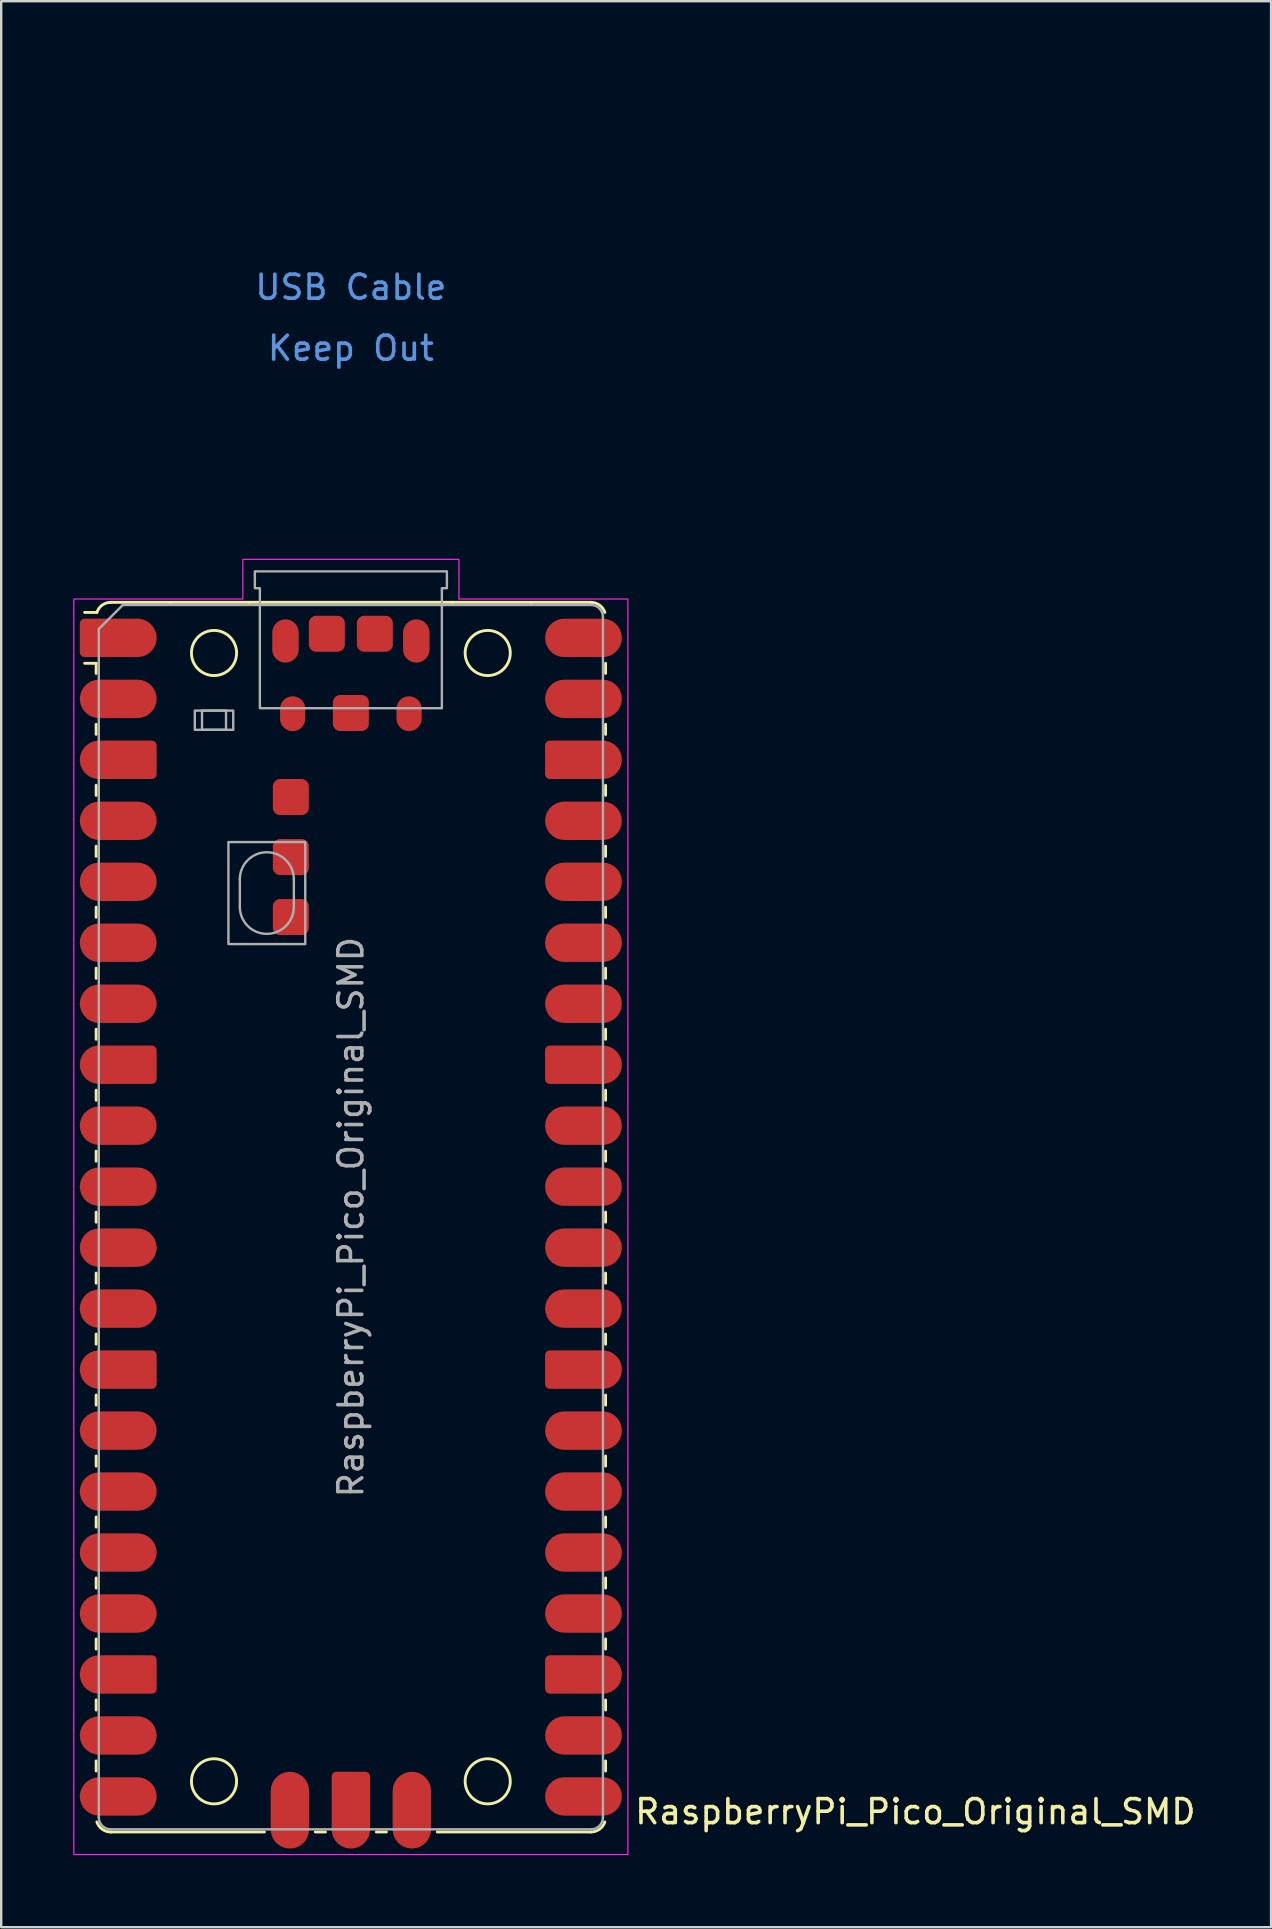
<source format=kicad_pcb>
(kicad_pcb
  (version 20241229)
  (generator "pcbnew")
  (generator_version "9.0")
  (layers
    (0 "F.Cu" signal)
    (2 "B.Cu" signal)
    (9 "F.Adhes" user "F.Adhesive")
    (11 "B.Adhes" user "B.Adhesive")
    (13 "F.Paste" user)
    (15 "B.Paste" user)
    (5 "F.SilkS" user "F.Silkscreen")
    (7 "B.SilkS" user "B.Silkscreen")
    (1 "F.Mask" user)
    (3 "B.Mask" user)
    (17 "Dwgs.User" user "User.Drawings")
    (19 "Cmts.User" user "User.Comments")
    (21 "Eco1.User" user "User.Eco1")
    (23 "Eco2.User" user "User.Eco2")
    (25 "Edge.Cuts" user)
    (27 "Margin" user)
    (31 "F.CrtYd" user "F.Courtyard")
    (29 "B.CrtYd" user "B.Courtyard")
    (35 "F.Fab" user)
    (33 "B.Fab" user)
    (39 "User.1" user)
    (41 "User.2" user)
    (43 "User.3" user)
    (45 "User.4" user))
  (footprint "RaspberryPi_Pico_Original_SMD"
    (layer "F.Cu")
    (at 11.565 47.65)
    (property "Reference" "RaspberryPi_Pico_Original_SMD" (at 11.748 24.765 0) (unlocked yes) (layer "F.SilkS") (effects (font (size 1 1) (thickness 0.15)) (justify left)))
    (attr smd)
    (fp_line (start -10.61 -23.07) (end -11.09 -23.07) (stroke (width 0.12) (type solid)) (layer "F.SilkS"))
    (fp_line (start -10.61 -23.07) (end -10.61 -22.65) (stroke (width 0.12) (type solid)) (layer "F.SilkS"))
    (fp_line (start -10.61 -20.53) (end -10.61 -20.11) (stroke (width 0.12) (type solid)) (layer "F.SilkS"))
    (fp_line (start -10.61 -17.99) (end -10.61 -17.57) (stroke (width 0.12) (type solid)) (layer "F.SilkS"))
    (fp_line (start -10.61 -15.45) (end -10.61 -15.03) (stroke (width 0.12) (type solid)) (layer "F.SilkS"))
    (fp_line (start -10.61 -12.91) (end -10.61 -12.49) (stroke (width 0.12) (type solid)) (layer "F.SilkS"))
    (fp_line (start -10.61 -10.37) (end -10.61 -9.95) (stroke (width 0.12) (type solid)) (layer "F.SilkS"))
    (fp_line (start -10.61 -7.83) (end -10.61 -7.41) (stroke (width 0.12) (type solid)) (layer "F.SilkS"))
    (fp_line (start -10.61 -5.29) (end -10.61 -4.87) (stroke (width 0.12) (type solid)) (layer "F.SilkS"))
    (fp_line (start -10.61 -2.75) (end -10.61 -2.33) (stroke (width 0.12) (type solid)) (layer "F.SilkS"))
    (fp_line (start -10.61 -0.21) (end -10.61 0.21) (stroke (width 0.12) (type solid)) (layer "F.SilkS"))
    (fp_line (start -10.61 2.33) (end -10.61 2.75) (stroke (width 0.12) (type solid)) (layer "F.SilkS"))
    (fp_line (start -10.61 4.87) (end -10.61 5.29) (stroke (width 0.12) (type solid)) (layer "F.SilkS"))
    (fp_line (start -10.61 7.41) (end -10.61 7.83) (stroke (width 0.12) (type solid)) (layer "F.SilkS"))
    (fp_line (start -10.61 9.95) (end -10.61 10.37) (stroke (width 0.12) (type solid)) (layer "F.SilkS"))
    (fp_line (start -10.61 12.49) (end -10.61 12.91) (stroke (width 0.12) (type solid)) (layer "F.SilkS"))
    (fp_line (start -10.61 15.03) (end -10.61 15.45) (stroke (width 0.12) (type solid)) (layer "F.SilkS"))
    (fp_line (start -10.61 17.57) (end -10.61 17.99) (stroke (width 0.12) (type solid)) (layer "F.SilkS"))
    (fp_line (start -10.61 20.11) (end -10.61 20.53) (stroke (width 0.12) (type solid)) (layer "F.SilkS"))
    (fp_line (start -10.61 22.65) (end -10.61 23.07) (stroke (width 0.12) (type solid)) (layer "F.SilkS"))
    (fp_line (start -10.58 -25.19) (end -11.09 -25.19) (stroke (width 0.12) (type solid)) (layer "F.SilkS"))
    (fp_line (start -10 -25.61) (end -7.51 -25.61) (stroke (width 0.12) (type solid)) (layer "F.SilkS"))
    (fp_line (start -10 25.61) (end -3.6 25.61) (stroke (width 0.12) (type solid)) (layer "F.SilkS"))
    (fp_line (start -7.51 -25.61) (end -4.235 -25.61) (stroke (width 0.12) (type solid)) (layer "F.SilkS"))
    (fp_line (start -4.235 -25.61) (end 4.235 -25.61) (stroke (width 0.12) (type solid)) (layer "F.SilkS"))
    (fp_line (start -1.48 25.61) (end -1.06 25.61) (stroke (width 0.12) (type solid)) (layer "F.SilkS"))
    (fp_line (start 1.06 25.61) (end 1.48 25.61) (stroke (width 0.12) (type solid)) (layer "F.SilkS"))
    (fp_line (start 3.6 25.61) (end 10 25.61) (stroke (width 0.12) (type solid)) (layer "F.SilkS"))
    (fp_line (start 4.235 -25.61) (end 7.51 -25.61) (stroke (width 0.12) (type solid)) (layer "F.SilkS"))
    (fp_line (start 10 -25.61) (end 7.51 -25.61) (stroke (width 0.12) (type solid)) (layer "F.SilkS"))
    (fp_line (start 10.61 -23.07) (end 10.61 -22.65) (stroke (width 0.12) (type solid)) (layer "F.SilkS"))
    (fp_line (start 10.61 -20.53) (end 10.61 -20.11) (stroke (width 0.12) (type solid)) (layer "F.SilkS"))
    (fp_line (start 10.61 -17.99) (end 10.61 -17.57) (stroke (width 0.12) (type solid)) (layer "F.SilkS"))
    (fp_line (start 10.61 -15.45) (end 10.61 -15.03) (stroke (width 0.12) (type solid)) (layer "F.SilkS"))
    (fp_line (start 10.61 -12.91) (end 10.61 -12.49) (stroke (width 0.12) (type solid)) (layer "F.SilkS"))
    (fp_line (start 10.61 -10.37) (end 10.61 -9.95) (stroke (width 0.12) (type solid)) (layer "F.SilkS"))
    (fp_line (start 10.61 -7.83) (end 10.61 -7.41) (stroke (width 0.12) (type solid)) (layer "F.SilkS"))
    (fp_line (start 10.61 -5.29) (end 10.61 -4.87) (stroke (width 0.12) (type solid)) (layer "F.SilkS"))
    (fp_line (start 10.61 -2.75) (end 10.61 -2.33) (stroke (width 0.12) (type solid)) (layer "F.SilkS"))
    (fp_line (start 10.61 -0.21) (end 10.61 0.21) (stroke (width 0.12) (type solid)) (layer "F.SilkS"))
    (fp_line (start 10.61 2.33) (end 10.61 2.75) (stroke (width 0.12) (type solid)) (layer "F.SilkS"))
    (fp_line (start 10.61 4.87) (end 10.61 5.29) (stroke (width 0.12) (type solid)) (layer "F.SilkS"))
    (fp_line (start 10.61 7.41) (end 10.61 7.83) (stroke (width 0.12) (type solid)) (layer "F.SilkS"))
    (fp_line (start 10.61 9.95) (end 10.61 10.37) (stroke (width 0.12) (type solid)) (layer "F.SilkS"))
    (fp_line (start 10.61 12.49) (end 10.61 12.91) (stroke (width 0.12) (type solid)) (layer "F.SilkS"))
    (fp_line (start 10.61 15.03) (end 10.61 15.45) (stroke (width 0.12) (type solid)) (layer "F.SilkS"))
    (fp_line (start 10.61 17.57) (end 10.61 17.99) (stroke (width 0.12) (type solid)) (layer "F.SilkS"))
    (fp_line (start 10.61 20.11) (end 10.61 20.53) (stroke (width 0.12) (type solid)) (layer "F.SilkS"))
    (fp_line (start 10.61 22.65) (end 10.61 23.07) (stroke (width 0.12) (type solid)) (layer "F.SilkS"))
    (fp_arc (start -10.579676 -25.19) (mid -10.357938 -25.493944) (end -10 -25.61) (stroke (width 0.12) (type solid)) (layer "F.SilkS"))
    (fp_arc (start -10 25.61) (mid -10.357937 25.493943) (end -10.579676 25.189937) (stroke (width 0.12) (type solid)) (layer "F.SilkS"))
    (fp_arc (start 10 -25.61) (mid 10.357937 -25.493944) (end 10.579676 -25.189937) (stroke (width 0.12) (type solid)) (layer "F.SilkS"))
    (fp_arc (start 10.579676 25.189937) (mid 10.357958 25.493991) (end 10 25.61) (stroke (width 0.12) (type solid)) (layer "F.SilkS"))
    (fp_circle (center -5.7 -23.5) (end -4.76 -23.5) (stroke (width 0.12) (type solid)) (fill no) (layer "F.SilkS"))
    (fp_circle (center -5.7 23.5) (end -4.76 23.5) (stroke (width 0.12) (type solid)) (fill no) (layer "F.SilkS"))
    (fp_circle (center 5.7 -23.5) (end 6.64 -23.5) (stroke (width 0.12) (type solid)) (fill no) (layer "F.SilkS"))
    (fp_circle (center 5.7 23.5) (end 6.64 23.5) (stroke (width 0.12) (type solid)) (fill no) (layer "F.SilkS"))
    (fp_poly (pts (xy -4.5 -27.4) (xy 4.5 -27.4) (xy 4.5 -25.75) (xy 11.54 -25.75) (xy 11.54 26.55) (xy -11.54 26.55) (xy -11.54 -25.75) (xy -4.5 -25.75)) (stroke (width 0.05) (type solid)) (fill no) (layer "F.CrtYd"))
    (fp_line (start -10.5 -24.5) (end -9.5 -25.5) (stroke (width 0.1) (type solid)) (layer "F.Fab"))
    (fp_line (start -10.5 25) (end -10.5 -24.5) (stroke (width 0.1) (type solid)) (layer "F.Fab"))
    (fp_line (start -9.5 -25.5) (end 10 -25.5) (stroke (width 0.1) (type solid)) (layer "F.Fab"))
    (fp_line (start -4.625 -14.075) (end -4.625 -12.925) (stroke (width 0.1) (type solid)) (layer "F.Fab"))
    (fp_line (start -2.375 -14.075) (end -2.375 -12.925) (stroke (width 0.1) (type solid)) (layer "F.Fab"))
    (fp_line (start 10 25.5) (end -10 25.5) (stroke (width 0.1) (type solid)) (layer "F.Fab"))
    (fp_line (start 10.5 -25) (end 10.5 25) (stroke (width 0.1) (type solid)) (layer "F.Fab"))
    (fp_rect (start -6.5 -21.1) (end -4.9 -20.3) (stroke (width 0.1) (type solid)) (fill no) (layer "F.Fab"))
    (fp_rect (start -6.2 -21.1) (end -5.2 -20.3) (stroke (width 0.1) (type solid)) (fill no) (layer "F.Fab"))
    (fp_rect (start -5.1 -15.625) (end -1.9 -11.375) (stroke (width 0.1) (type solid)) (fill no) (layer "F.Fab"))
    (fp_arc (start -10 25.5) (mid -10.353553 25.353553) (end -10.5 25) (stroke (width 0.1) (type solid)) (layer "F.Fab"))
    (fp_arc (start -4.625 -14.075) (mid -3.5 -15.2) (end -2.375 -14.075) (stroke (width 0.1) (type solid)) (layer "F.Fab"))
    (fp_arc (start -2.375 -12.925) (mid -3.5 -11.8) (end -4.625 -12.925) (stroke (width 0.1) (type solid)) (layer "F.Fab"))
    (fp_arc (start 10 -25.5) (mid 10.353553 -25.353553) (end 10.5 -25) (stroke (width 0.1) (type solid)) (layer "F.Fab"))
    (fp_arc (start 10.5 25) (mid 10.353553 25.353553) (end 10 25.5) (stroke (width 0.1) (type solid)) (layer "F.Fab"))
    (fp_poly (pts (xy 3.79 -21.2) (xy 3.79 -26.2) (xy 4 -26.2) (xy 4 -26.9) (xy -4 -26.9) (xy -4 -26.2) (xy -3.79 -26.2) (xy -3.79 -21.2)) (stroke (width 0.1) (type solid)) (fill no) (layer "F.Fab"))
    (fp_text user "Keep Out" (at 0 -36.195 0) (unlocked yes) (layer "Cmts.User") (effects (font (size 1 1) (thickness 0.15))))
    (fp_text user "USB Cable" (at 0 -38.735 0) (unlocked yes) (layer "Cmts.User") (effects (font (size 1 1) (thickness 0.15))))
    (fp_text user "${REFERENCE}" (at 0 0 90) (layer "F.Fab") (effects (font (size 1 1) (thickness 0.15))))
    (pad "" smd oval (at -2.725 -24) (size 1.1 1.8) (layers "F.Cu" "F.Mask" "F.Paste"))
    (pad "" smd oval (at -2.425 -20.97) (size 1.05 1.45) (layers "F.Cu" "F.Mask" "F.Paste"))
    (pad "" smd oval (at 2.425 -20.97) (size 1.05 1.45) (layers "F.Cu" "F.Mask" "F.Paste"))
    (pad "" smd oval (at 2.725 -24) (size 1.1 1.8) (layers "F.Cu" "F.Mask" "F.Paste"))
    (pad "1" smd custom (at -8.89 -24.13) (size 1.6 1.6) (layers "F.Cu" "F.Mask" "F.Paste") (options (anchor circle)) (primitives (gr_poly (pts (xy -2.4 0.6) (xy -2.4 -0.6) (xy -2.2 -0.8) (xy 0 -0.8) (xy 0 0.8) (xy -2.2 0.8)) (width 0) (fill yes)) (gr_circle (center -2.2 0.6) (end -2 0.6) (width 0) (fill yes)) (gr_circle (center -2.2 -0.6) (end -2 -0.6) (width 0) (fill yes))))
    (pad "2" smd roundrect (at -8.89 -21.59) (size 3.2 1.6) (drill (offset -0.8 0)) (layers "F.Cu" "F.Mask" "F.Paste") (roundrect_rratio 0.5))
    (pad "3" smd custom (at -8.89 -19.05) (size 1.6 1.6) (layers "F.Cu" "F.Mask" "F.Paste") (options (anchor circle)) (primitives (gr_poly (pts (xy 0.8 -0.6) (xy 0.8 0.6) (xy 0.6 0.8) (xy -1.6 0.8) (xy -1.6 -0.8) (xy 0.6 -0.8)) (width 0) (fill yes)) (gr_circle (center 0.6 0.6) (end 0.8 0.6) (width 0) (fill yes)) (gr_circle (center 0.6 -0.6) (end 0.8 -0.6) (width 0) (fill yes)) (gr_circle (center -1.6 0) (end -0.8 0) (width 0) (fill yes))))
    (pad "4" smd roundrect (at -8.89 -16.51) (size 3.2 1.6) (drill (offset -0.8 0)) (layers "F.Cu" "F.Mask" "F.Paste") (roundrect_rratio 0.5))
    (pad "5" smd roundrect (at -8.89 -13.97) (size 3.2 1.6) (drill (offset -0.8 0)) (layers "F.Cu" "F.Mask" "F.Paste") (roundrect_rratio 0.5))
    (pad "6" smd roundrect (at -8.89 -11.43) (size 3.2 1.6) (drill (offset -0.8 0)) (layers "F.Cu" "F.Mask" "F.Paste") (roundrect_rratio 0.5))
    (pad "7" smd roundrect (at -8.89 -8.89) (size 3.2 1.6) (drill (offset -0.8 0)) (layers "F.Cu" "F.Mask" "F.Paste") (roundrect_rratio 0.5))
    (pad "8" smd custom (at -8.89 -6.35) (size 1.6 1.6) (layers "F.Cu" "F.Mask" "F.Paste") (options (anchor circle)) (primitives (gr_poly (pts (xy 0.8 -0.6) (xy 0.8 0.6) (xy 0.6 0.8) (xy -1.6 0.8) (xy -1.6 -0.8) (xy 0.6 -0.8)) (width 0) (fill yes)) (gr_circle (center 0.6 0.6) (end 0.8 0.6) (width 0) (fill yes)) (gr_circle (center 0.6 -0.6) (end 0.8 -0.6) (width 0) (fill yes)) (gr_circle (center -1.6 0) (end -0.8 0) (width 0) (fill yes))))
    (pad "9" smd roundrect (at -8.89 -3.81) (size 3.2 1.6) (drill (offset -0.8 0)) (layers "F.Cu" "F.Mask" "F.Paste") (roundrect_rratio 0.5))
    (pad "10" smd roundrect (at -8.89 -1.27) (size 3.2 1.6) (drill (offset -0.8 0)) (layers "F.Cu" "F.Mask" "F.Paste") (roundrect_rratio 0.5))
    (pad "11" smd roundrect (at -8.89 1.27) (size 3.2 1.6) (drill (offset -0.8 0)) (layers "F.Cu" "F.Mask" "F.Paste") (roundrect_rratio 0.5))
    (pad "12" smd roundrect (at -8.89 3.81) (size 3.2 1.6) (drill (offset -0.8 0)) (layers "F.Cu" "F.Mask" "F.Paste") (roundrect_rratio 0.5))
    (pad "13" smd custom (at -8.89 6.35) (size 1.6 1.6) (layers "F.Cu" "F.Mask" "F.Paste") (options (anchor circle)) (primitives (gr_poly (pts (xy 0.8 -0.6) (xy 0.8 0.6) (xy 0.6 0.8) (xy -1.6 0.8) (xy -1.6 -0.8) (xy 0.6 -0.8)) (width 0) (fill yes)) (gr_circle (center 0.6 0.6) (end 0.8 0.6) (width 0) (fill yes)) (gr_circle (center 0.6 -0.6) (end 0.8 -0.6) (width 0) (fill yes)) (gr_circle (center -1.6 0) (end -0.8 0) (width 0) (fill yes))))
    (pad "14" smd roundrect (at -8.89 8.89) (size 3.2 1.6) (drill (offset -0.8 0)) (layers "F.Cu" "F.Mask" "F.Paste") (roundrect_rratio 0.5))
    (pad "15" smd roundrect (at -8.89 11.43) (size 3.2 1.6) (drill (offset -0.8 0)) (layers "F.Cu" "F.Mask" "F.Paste") (roundrect_rratio 0.5))
    (pad "16" smd roundrect (at -8.89 13.97) (size 3.2 1.6) (drill (offset -0.8 0)) (layers "F.Cu" "F.Mask" "F.Paste") (roundrect_rratio 0.5))
    (pad "17" smd roundrect (at -8.89 16.51) (size 3.2 1.6) (drill (offset -0.8 0)) (layers "F.Cu" "F.Mask" "F.Paste") (roundrect_rratio 0.5))
    (pad "18" smd custom (at -8.89 19.05) (size 1.6 1.6) (layers "F.Cu" "F.Mask" "F.Paste") (options (anchor circle)) (primitives (gr_poly (pts (xy 0.8 -0.6) (xy 0.8 0.6) (xy 0.6 0.8) (xy -1.6 0.8) (xy -1.6 -0.8) (xy 0.6 -0.8)) (width 0) (fill yes)) (gr_circle (center 0.6 0.6) (end 0.8 0.6) (width 0) (fill yes)) (gr_circle (center 0.6 -0.6) (end 0.8 -0.6) (width 0) (fill yes)) (gr_circle (center -1.6 0) (end -0.8 0) (width 0) (fill yes))))
    (pad "19" smd roundrect (at -8.89 21.59) (size 3.2 1.6) (drill (offset -0.8 0)) (layers "F.Cu" "F.Mask" "F.Paste") (roundrect_rratio 0.5))
    (pad "20" smd roundrect (at -8.89 24.13) (size 3.2 1.6) (drill (offset -0.8 0)) (layers "F.Cu" "F.Mask" "F.Paste") (roundrect_rratio 0.5))
    (pad "21" smd roundrect (at 8.89 24.13) (size 3.2 1.6) (drill (offset 0.8 0)) (layers "F.Cu" "F.Mask" "F.Paste") (roundrect_rratio 0.5))
    (pad "22" smd roundrect (at 8.89 21.59) (size 3.2 1.6) (drill (offset 0.8 0)) (layers "F.Cu" "F.Mask" "F.Paste") (roundrect_rratio 0.5))
    (pad "23" smd custom (at 8.89 19.05) (size 1.6 1.6) (layers "F.Cu" "F.Mask" "F.Paste") (options (anchor circle)) (primitives (gr_poly (pts (xy -0.8 -0.6) (xy -0.8 0.6) (xy -0.6 0.8) (xy 1.6 0.8) (xy 1.6 -0.8) (xy -0.6 -0.8)) (width 0) (fill yes)) (gr_circle (center -0.6 0.6) (end -0.4 0.6) (width 0) (fill yes)) (gr_circle (center -0.6 -0.6) (end -0.4 -0.6) (width 0) (fill yes)) (gr_circle (center 1.6 0) (end 2.4 0) (width 0) (fill yes))))
    (pad "24" smd roundrect (at 8.89 16.51) (size 3.2 1.6) (drill (offset 0.8 0)) (layers "F.Cu" "F.Mask" "F.Paste") (roundrect_rratio 0.5))
    (pad "25" smd roundrect (at 8.89 13.97) (size 3.2 1.6) (drill (offset 0.8 0)) (layers "F.Cu" "F.Mask" "F.Paste") (roundrect_rratio 0.5))
    (pad "26" smd roundrect (at 8.89 11.43) (size 3.2 1.6) (drill (offset 0.8 0)) (layers "F.Cu" "F.Mask" "F.Paste") (roundrect_rratio 0.5))
    (pad "27" smd roundrect (at 8.89 8.89) (size 3.2 1.6) (drill (offset 0.8 0)) (layers "F.Cu" "F.Mask" "F.Paste") (roundrect_rratio 0.5))
    (pad "28" smd custom (at 8.89 6.35) (size 1.6 1.6) (layers "F.Cu" "F.Mask" "F.Paste") (options (anchor circle)) (primitives (gr_poly (pts (xy -0.8 -0.6) (xy -0.8 0.6) (xy -0.6 0.8) (xy 1.6 0.8) (xy 1.6 -0.8) (xy -0.6 -0.8)) (width 0) (fill yes)) (gr_circle (center -0.6 0.6) (end -0.4 0.6) (width 0) (fill yes)) (gr_circle (center -0.6 -0.6) (end -0.4 -0.6) (width 0) (fill yes)) (gr_circle (center 1.6 0) (end 2.4 0) (width 0) (fill yes))))
    (pad "29" smd roundrect (at 8.89 3.81) (size 3.2 1.6) (drill (offset 0.8 0)) (layers "F.Cu" "F.Mask" "F.Paste") (roundrect_rratio 0.5))
    (pad "30" smd roundrect (at 8.89 1.27) (size 3.2 1.6) (drill (offset 0.8 0)) (layers "F.Cu" "F.Mask" "F.Paste") (roundrect_rratio 0.5))
    (pad "31" smd roundrect (at 8.89 -1.27) (size 3.2 1.6) (drill (offset 0.8 0)) (layers "F.Cu" "F.Mask" "F.Paste") (roundrect_rratio 0.5))
    (pad "32" smd roundrect (at 8.89 -3.81) (size 3.2 1.6) (drill (offset 0.8 0)) (layers "F.Cu" "F.Mask" "F.Paste") (roundrect_rratio 0.5))
    (pad "33" smd custom (at 8.89 -6.35) (size 1.6 1.6) (layers "F.Cu" "F.Mask" "F.Paste") (options (anchor circle)) (primitives (gr_poly (pts (xy -0.8 -0.6) (xy -0.8 0.6) (xy -0.6 0.8) (xy 1.6 0.8) (xy 1.6 -0.8) (xy -0.6 -0.8)) (width 0) (fill yes)) (gr_circle (center -0.6 0.6) (end -0.4 0.6) (width 0) (fill yes)) (gr_circle (center -0.6 -0.6) (end -0.4 -0.6) (width 0) (fill yes)) (gr_circle (center 1.6 0) (end 2.4 0) (width 0) (fill yes))))
    (pad "34" smd roundrect (at 8.89 -8.89) (size 3.2 1.6) (drill (offset 0.8 0)) (layers "F.Cu" "F.Mask" "F.Paste") (roundrect_rratio 0.5))
    (pad "35" smd roundrect (at 8.89 -11.43) (size 3.2 1.6) (drill (offset 0.8 0)) (layers "F.Cu" "F.Mask" "F.Paste") (roundrect_rratio 0.5))
    (pad "36" smd roundrect (at 8.89 -13.97) (size 3.2 1.6) (drill (offset 0.8 0)) (layers "F.Cu" "F.Mask" "F.Paste") (roundrect_rratio 0.5))
    (pad "37" smd roundrect (at 8.89 -16.51) (size 3.2 1.6) (drill (offset 0.8 0)) (layers "F.Cu" "F.Mask" "F.Paste") (roundrect_rratio 0.5))
    (pad "38" smd custom (at 8.89 -19.05) (size 1.6 1.6) (layers "F.Cu" "F.Mask" "F.Paste") (options (anchor circle)) (primitives (gr_poly (pts (xy -0.8 -0.6) (xy -0.8 0.6) (xy -0.6 0.8) (xy 1.6 0.8) (xy 1.6 -0.8) (xy -0.6 -0.8)) (width 0) (fill yes)) (gr_circle (center -0.6 0.6) (end -0.4 0.6) (width 0) (fill yes)) (gr_circle (center -0.6 -0.6) (end -0.4 -0.6) (width 0) (fill yes)) (gr_circle (center 1.6 0) (end 2.4 0) (width 0) (fill yes))))
    (pad "39" smd roundrect (at 8.89 -21.59) (size 3.2 1.6) (drill (offset 0.8 0)) (layers "F.Cu" "F.Mask" "F.Paste") (roundrect_rratio 0.5))
    (pad "40" smd roundrect (at 8.89 -24.13) (size 3.2 1.6) (drill (offset 0.8 0)) (layers "F.Cu" "F.Mask" "F.Paste") (roundrect_rratio 0.5))
    (pad "D1" smd roundrect (at -2.54 23.9 90) (size 3.2 1.6) (drill (offset -0.8 0)) (layers "F.Cu" "F.Mask" "F.Paste") (roundrect_rratio 0.5))
    (pad "D2" smd custom (at 0 23.9 270) (size 1.6 1.6) (layers "F.Cu" "F.Mask" "F.Paste") (options (anchor circle)) (primitives (gr_poly (pts (xy -0.8 -0.6) (xy -0.8 0.6) (xy -0.6 0.8) (xy 1.6 0.8) (xy 1.6 -0.8) (xy -0.6 -0.8)) (width 0) (fill yes)) (gr_circle (center -0.6 0.6) (end -0.4 0.6) (width 0) (fill yes)) (gr_circle (center -0.6 -0.6) (end -0.4 -0.6) (width 0) (fill yes)) (gr_circle (center 1.6 0) (end 2.4 0) (width 0) (fill yes))))
    (pad "D3" smd roundrect (at 2.54 23.9 90) (size 3.2 1.6) (drill (offset -0.8 0)) (layers "F.Cu" "F.Mask" "F.Paste") (roundrect_rratio 0.5))
    (pad "TP1" smd roundrect (at 0 -21) (size 1.5 1.5) (layers "F.Cu" "F.Mask" "F.Paste") (roundrect_rratio 0.2))
    (pad "TP2" smd roundrect (at 1 -24.3) (size 1.5 1.5) (layers "F.Cu" "F.Mask" "F.Paste") (roundrect_rratio 0.2))
    (pad "TP3" smd roundrect (at -1 -24.3) (size 1.5 1.5) (layers "F.Cu" "F.Mask" "F.Paste") (roundrect_rratio 0.2))
    (pad "TP4" smd roundrect (at -2.5 -17.5) (size 1.5 1.5) (layers "F.Cu" "F.Mask" "F.Paste") (roundrect_rratio 0.2))
    (pad "TP5" smd roundrect (at -2.5 -15) (size 1.5 1.5) (layers "F.Cu" "F.Mask" "F.Paste") (roundrect_rratio 0.2))
    (pad "TP6" smd roundrect (at -2.5 -12.5) (size 1.5 1.5) (layers "F.Cu" "F.Mask" "F.Paste") (roundrect_rratio 0.2))
    (zone (net_name "") (layer "Edge.Cuts") (name "Board Keep Out USB Cable") (hatch edge 0.5) (connect_pads) (min_thickness 0.254) (filled_areas_thickness no) (keepout (tracks allowed) (vias allowed) (pads allowed) (copperpour allowed) (footprints allowed)) (placement (enabled no)) (fill) (polygon (pts (xy 5.365 0) (xy 17.765 0) (xy 17.765 20.4) (xy 5.365 20.4))))
    (zone (net_name "") (layer "F.CrtYd") (name "USB Cable Keep Out") (hatch full 0.5) (connect_pads) (min_thickness 0.254) (filled_areas_thickness no) (keepout (tracks allowed) (vias allowed) (pads allowed) (copperpour allowed) (footprints not_allowed)) (placement (enabled no)) (fill) (polygon (pts (xy 5.815 19.95) (xy 7.625 19.95) (xy 7.625 20.25) (xy 15.505 20.25) (xy 15.505 19.95) (xy 17.315 19.95) (xy 17.315 0.45) (xy 5.815 0.45)))))
  (gr_rect
    (start -3 -3)
    (end 49.896 77.225)
    (stroke (width 0.1) (type default))
    (fill no)
    (layer "Edge.Cuts")))
</source>
